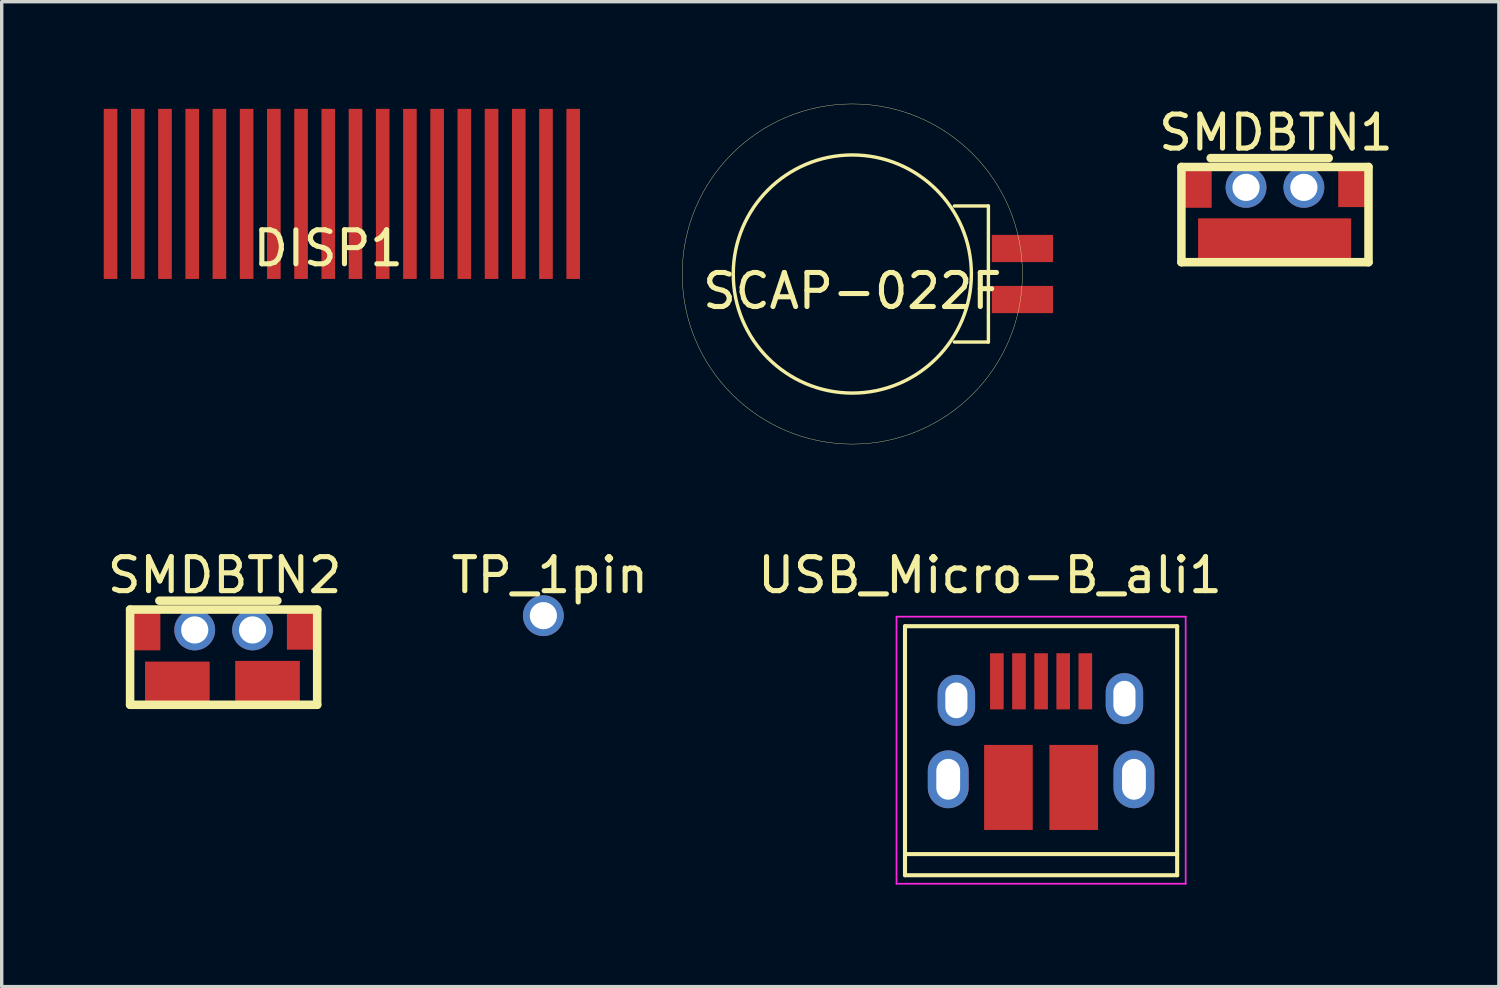
<source format=kicad_pcb>
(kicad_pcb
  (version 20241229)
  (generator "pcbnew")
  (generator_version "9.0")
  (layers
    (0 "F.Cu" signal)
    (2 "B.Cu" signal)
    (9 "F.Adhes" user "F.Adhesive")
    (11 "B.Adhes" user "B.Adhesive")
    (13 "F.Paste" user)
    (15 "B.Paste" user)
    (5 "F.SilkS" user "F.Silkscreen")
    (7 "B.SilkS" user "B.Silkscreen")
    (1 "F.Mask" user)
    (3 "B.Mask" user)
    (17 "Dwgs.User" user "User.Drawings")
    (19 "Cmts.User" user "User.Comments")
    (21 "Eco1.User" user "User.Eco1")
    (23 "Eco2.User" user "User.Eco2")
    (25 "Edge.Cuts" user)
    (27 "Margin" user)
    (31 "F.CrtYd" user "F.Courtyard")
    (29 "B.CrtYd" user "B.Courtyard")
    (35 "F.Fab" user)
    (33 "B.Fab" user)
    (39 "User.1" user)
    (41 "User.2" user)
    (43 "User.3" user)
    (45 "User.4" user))
  (footprint "TP_1pin"
    (layer "F.Cu")
    (at 12.923 15.048)
    (property "Reference" "TP_1pin" (at 0.19 -1.19 0) (layer "F.SilkS") (effects (font (size 1 1) (thickness 0.15))))
    (attr through_hole)
    (pad "1" thru_hole circle (at 0 0) (size 1.2 1.2) (drill 0.8) (layers "*.Cu" "*.Mask")))
  (footprint "SMDBTN1"
    (layer "F.Cu")
    (at 31.679 1.858)
    (property "Reference" "SMDBTN1" (at 2.78 -1.01 0) (layer "F.SilkS") (effects (font (size 1 1) (thickness 0.15))))
    (attr through_hole)
    (fp_line (start 0 0) (end 0 2.8) (stroke (width 0.25) (type solid)) (layer "F.SilkS"))
    (fp_line (start 0 0) (end 5.5 0) (stroke (width 0.25) (type solid)) (layer "F.SilkS"))
    (fp_line (start 0 2.8) (end 5.5 2.8) (stroke (width 0.25) (type solid)) (layer "F.SilkS"))
    (fp_line (start 0.86 -0.26) (end 4.33 -0.26) (stroke (width 0.25) (type solid)) (layer "F.SilkS"))
    (fp_line (start 5.5 0) (end 5.5 2.8) (stroke (width 0.25) (type solid)) (layer "F.SilkS"))
    (pad "" thru_hole circle (at 1.9 0.6) (size 1.2 1.2) (drill 0.8) (layers "*.Cu" "*.Mask"))
    (pad "" smd rect (at 2.74 2.16) (size 4.5 1.3) (layers "F.Cu" "F.Mask" "F.Paste"))
    (pad "" thru_hole circle (at 3.6 0.6) (size 1.2 1.2) (drill 0.8) (layers "*.Cu" "*.Mask"))
    (pad "1" smd rect (at 0.44 0.6) (size 0.9 1.2) (layers "F.Cu" "F.Mask" "F.Paste"))
    (pad "2" smd rect (at 5.06 0.58) (size 0.9 1.2) (layers "F.Cu" "F.Mask" "F.Paste")))
  (footprint "SMDBTN2"
    (layer "F.Cu")
    (at 0.774 14.868)
    (property "Reference" "SMDBTN2" (at 2.78 -1.01 0) (layer "F.SilkS") (effects (font (size 1 1) (thickness 0.15))))
    (attr through_hole)
    (fp_line (start 0 0) (end 0 2.8) (stroke (width 0.25) (type solid)) (layer "F.SilkS"))
    (fp_line (start 0 0) (end 5.5 0) (stroke (width 0.25) (type solid)) (layer "F.SilkS"))
    (fp_line (start 0 2.8) (end 5.5 2.8) (stroke (width 0.25) (type solid)) (layer "F.SilkS"))
    (fp_line (start 0.86 -0.26) (end 4.33 -0.26) (stroke (width 0.25) (type solid)) (layer "F.SilkS"))
    (fp_line (start 5.5 0) (end 5.5 2.8) (stroke (width 0.25) (type solid)) (layer "F.SilkS"))
    (pad "" thru_hole circle (at 1.9 0.6) (size 1.2 1.2) (drill 0.8) (layers "*.Cu" "*.Mask"))
    (pad "" thru_hole circle (at 3.6 0.6) (size 1.2 1.2) (drill 0.8) (layers "*.Cu" "*.Mask"))
    (pad "1" smd rect (at 1.39 2.13) (size 1.9 1.2) (layers "F.Cu" "F.Mask" "F.Paste"))
    (pad "2" smd rect (at 4.04 2.11) (size 1.9 1.2) (layers "F.Cu" "F.Mask" "F.Paste"))
    (pad "3" smd rect (at 0.44 0.6) (size 0.9 1.2) (layers "F.Cu" "F.Mask" "F.Paste"))
    (pad "3" smd rect (at 5.06 0.58) (size 0.9 1.2) (layers "F.Cu" "F.Mask" "F.Paste")))
  (footprint "DISP1"
    (layer "F.Cu")
    (at 6.6 0.25)
    (property "Reference" "DISP1" (at 0 4 0) (layer "F.SilkS") (effects (font (size 1 1) (thickness 0.15))))
    (attr through_hole)
    (pad "1" smd rect (at -6.4 2.4) (size 0.4 5) (layers "F.Cu" "F.Mask" "F.Paste"))
    (pad "2" smd rect (at -5.6 2.4) (size 0.4 5) (layers "F.Cu" "F.Mask" "F.Paste"))
    (pad "3" smd rect (at -4.8 2.4) (size 0.4 5) (layers "F.Cu" "F.Mask" "F.Paste"))
    (pad "4" smd rect (at -4 2.4) (size 0.4 5) (layers "F.Cu" "F.Mask" "F.Paste"))
    (pad "5" smd rect (at -3.2 2.4) (size 0.4 5) (layers "F.Cu" "F.Mask" "F.Paste"))
    (pad "6" smd rect (at -2.4 2.4) (size 0.4 5) (layers "F.Cu" "F.Mask" "F.Paste"))
    (pad "7" smd rect (at -1.6 2.4) (size 0.4 5) (layers "F.Cu" "F.Mask" "F.Paste"))
    (pad "8" smd rect (at -0.8 2.4) (size 0.4 5) (layers "F.Cu" "F.Mask" "F.Paste"))
    (pad "9" smd rect (at 0 2.4) (size 0.4 5) (layers "F.Cu" "F.Mask" "F.Paste"))
    (pad "10" smd rect (at 0.8 2.4) (size 0.4 5) (layers "F.Cu" "F.Mask" "F.Paste"))
    (pad "11" smd rect (at 1.6 2.4) (size 0.4 5) (layers "F.Cu" "F.Mask" "F.Paste"))
    (pad "12" smd rect (at 2.4 2.4) (size 0.4 5) (layers "F.Cu" "F.Mask" "F.Paste"))
    (pad "13" smd rect (at 3.2 2.4) (size 0.4 5) (layers "F.Cu" "F.Mask" "F.Paste"))
    (pad "14" smd rect (at 4 2.4) (size 0.4 5) (layers "F.Cu" "F.Mask" "F.Paste"))
    (pad "15" smd rect (at 4.8 2.4) (size 0.4 5) (layers "F.Cu" "F.Mask" "F.Paste"))
    (pad "16" smd rect (at 5.6 2.4) (size 0.4 5) (layers "F.Cu" "F.Mask" "F.Paste"))
    (pad "17" smd rect (at 6.4 2.4) (size 0.4 5) (layers "F.Cu" "F.Mask" "F.Paste"))
    (pad "18" smd rect (at 7.2 2.4) (size 0.4 5) (layers "F.Cu" "F.Mask" "F.Paste")))
  (footprint "USB_Micro-B_ali1"
    (layer "F.Cu")
    (at 27.554 18.478)
    (property "Reference" "USB_Micro-B_ali1" (at -1.5 -4.62 0) (layer "F.SilkS") (effects (font (size 1 1) (thickness 0.15))))
    (attr smd)
    (fp_line (start -4 -3.12) (end 4 -3.12) (stroke (width 0.12) (type solid)) (layer "F.SilkS"))
    (fp_line (start -4 4.2) (end -4 -3.12) (stroke (width 0.12) (type solid)) (layer "F.SilkS"))
    (fp_line (start -4 4.2) (end 4 4.2) (stroke (width 0.12) (type solid)) (layer "F.SilkS"))
    (fp_line (start 4 -3.12) (end 4 4.2) (stroke (width 0.12) (type solid)) (layer "F.SilkS"))
    (fp_line (start 4 3.58) (end -4 3.58) (stroke (width 0.12) (type solid)) (layer "F.SilkS"))
    (fp_line (start -4.25 -3.4) (end 4.25 -3.4) (stroke (width 0.05) (type solid)) (layer "F.CrtYd"))
    (fp_line (start -4.25 4.45) (end -4.25 -3.4) (stroke (width 0.05) (type solid)) (layer "F.CrtYd"))
    (fp_line (start 4.25 -3.4) (end 4.25 4.45) (stroke (width 0.05) (type solid)) (layer "F.CrtYd"))
    (fp_line (start 4.25 4.45) (end -4.25 4.45) (stroke (width 0.05) (type solid)) (layer "F.CrtYd"))
    (pad "1" smd rect (at -1.3 -1.5 90) (size 1.65 0.4) (layers "F.Cu" "F.Mask" "F.Paste"))
    (pad "2" smd rect (at -0.65 -1.5 90) (size 1.65 0.4) (layers "F.Cu" "F.Mask" "F.Paste"))
    (pad "3" smd rect (at 0 -1.5 90) (size 1.65 0.4) (layers "F.Cu" "F.Mask" "F.Paste"))
    (pad "4" smd rect (at 0.65 -1.5 90) (size 1.65 0.4) (layers "F.Cu" "F.Mask" "F.Paste"))
    (pad "5" smd rect (at 1.3 -1.5 90) (size 1.65 0.4) (layers "F.Cu" "F.Mask" "F.Paste"))
    (pad "6" thru_hole oval (at -2.73 1.38 90) (size 1.7 1.2) (drill oval 1.2 0.7) (layers "*.Cu" "*.Mask"))
    (pad "6" thru_hole oval (at -2.49 -0.94 90) (size 1.5 1.1) (drill oval 1.05 0.65) (layers "*.Cu" "*.Mask"))
    (pad "6" smd rect (at -0.96 1.62 90) (size 2.5 1.43) (layers "F.Cu" "F.Mask" "F.Paste"))
    (pad "6" smd rect (at 0.96 1.62 90) (size 2.5 1.43) (layers "F.Cu" "F.Mask" "F.Paste"))
    (pad "6" thru_hole oval (at 2.45 -0.99 90) (size 1.5 1.1) (drill oval 1.05 0.65) (layers "*.Cu" "*.Mask"))
    (pad "6" thru_hole oval (at 2.73 1.38 90) (size 1.7 1.2) (drill oval 1.2 0.7) (layers "*.Cu" "*.Mask")))
  (footprint "SCAP-022F"
    (layer "F.Cu")
    (at 22.005 5.005)
    (property "Reference" "SCAP-022F" (at 0 0.5 0) (layer "F.SilkS") (effects (font (size 1 1) (thickness 0.15))))
    (attr through_hole)
    (fp_line (start 3 -2) (end 4 -2) (stroke (width 0.1) (type solid)) (layer "F.SilkS"))
    (fp_line (start 4 -2) (end 4 2) (stroke (width 0.1) (type solid)) (layer "F.SilkS"))
    (fp_line (start 4 2) (end 3 2) (stroke (width 0.1) (type solid)) (layer "F.SilkS"))
    (fp_circle (center 0 0) (end 3.5 0) (stroke (width 0.1) (type solid)) (fill no) (layer "F.SilkS"))
    (fp_circle (center 0 0) (end 4 3) (stroke (width 0.01) (type solid)) (fill no) (layer "F.SilkS"))
    (pad "1" smd rect (at 5 -0.75) (size 1.8 0.8) (layers "F.Cu" "F.Mask" "F.Paste"))
    (pad "2" smd rect (at 5 0.75) (size 1.8 0.8) (layers "F.Cu" "F.Mask" "F.Paste")))
  (gr_rect
    (start -3 -3)
    (end 41.012 25.953)
    (stroke (width 0.1) (type default))
    (fill no)
    (layer "Edge.Cuts")))
</source>
